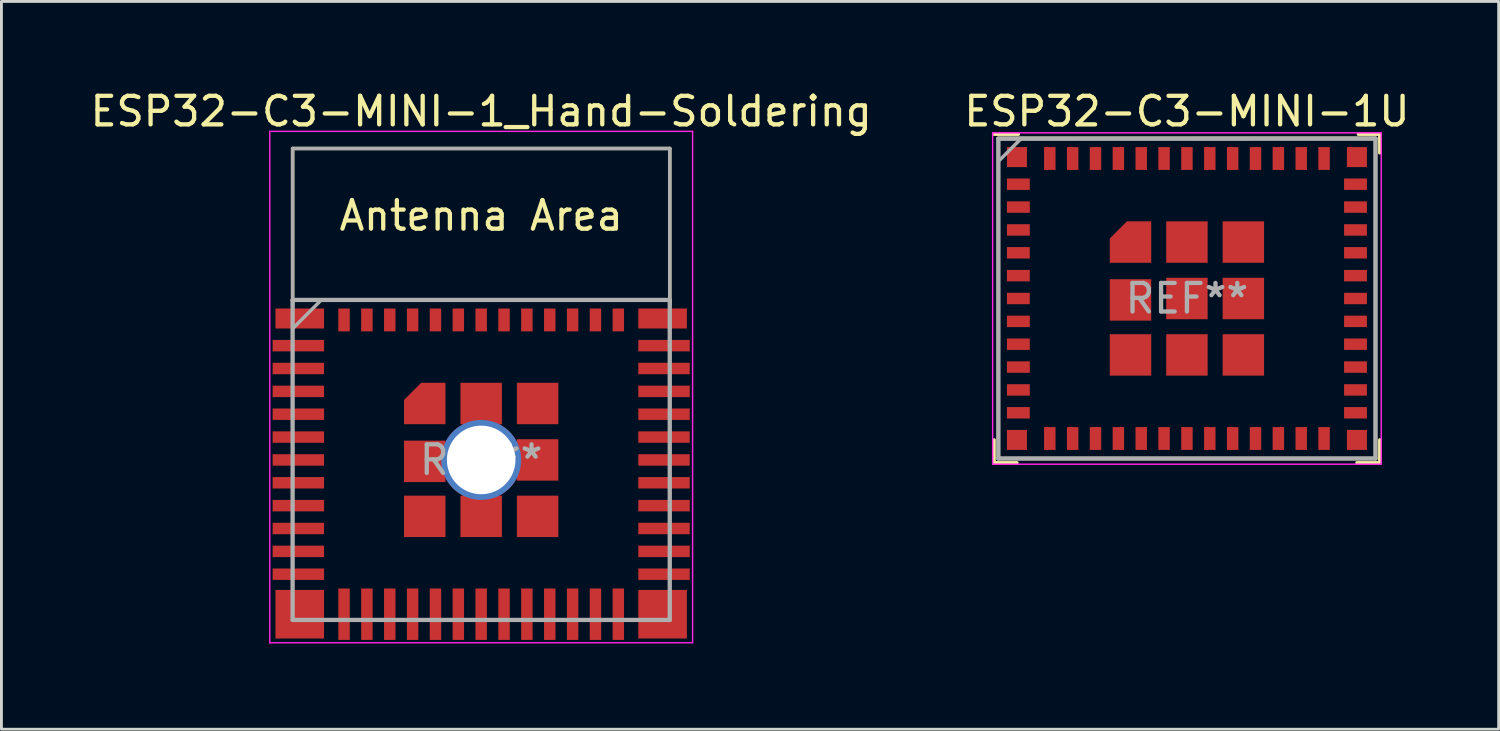
<source format=kicad_pcb>
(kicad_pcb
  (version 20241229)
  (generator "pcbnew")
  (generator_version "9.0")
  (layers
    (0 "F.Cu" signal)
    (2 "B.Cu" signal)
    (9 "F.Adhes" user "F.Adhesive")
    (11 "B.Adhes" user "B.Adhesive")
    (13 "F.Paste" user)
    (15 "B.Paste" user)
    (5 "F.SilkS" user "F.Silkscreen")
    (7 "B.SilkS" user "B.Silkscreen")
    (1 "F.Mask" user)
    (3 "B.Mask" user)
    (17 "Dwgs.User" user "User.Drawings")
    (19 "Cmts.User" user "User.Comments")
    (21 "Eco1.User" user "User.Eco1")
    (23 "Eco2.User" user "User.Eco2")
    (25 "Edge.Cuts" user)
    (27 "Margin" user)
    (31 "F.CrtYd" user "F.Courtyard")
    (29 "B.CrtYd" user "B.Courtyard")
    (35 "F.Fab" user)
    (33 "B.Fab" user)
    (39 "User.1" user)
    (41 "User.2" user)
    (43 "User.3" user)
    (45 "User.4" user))
  (footprint "ESP32-C3-MINI-1_Hand-Soldering"
    (layer "F.Cu")
    (at 13.792 13.048)
    (property "Reference" "ESP32-C3-MINI-1_Hand-Soldering" (at 0 -12.2 0) (layer "F.SilkS") (effects (font (size 1 1) (thickness 0.15))))
    (attr smd)
    (fp_line (start -6.6 -10.9) (end -6.6 -5.4) (stroke (width 0.12) (type solid)) (layer "F.SilkS"))
    (fp_line (start -6.6 -10.9) (end 6.6 -10.9) (stroke (width 0.12) (type solid)) (layer "F.SilkS"))
    (fp_line (start -6.6 -5.6) (end 6.6 -5.6) (stroke (width 0.12) (type solid)) (layer "F.SilkS"))
    (fp_line (start 6.6 -10.9) (end 6.6 -5.4) (stroke (width 0.12) (type solid)) (layer "F.SilkS"))
    (fp_line (start -7.4 -11.5) (end 7.4 -11.5) (stroke (width 0.05) (type solid)) (layer "F.CrtYd"))
    (fp_line (start -7.4 6.4) (end -7.4 -11.5) (stroke (width 0.05) (type solid)) (layer "F.CrtYd"))
    (fp_line (start 7.4 -11.5) (end 7.4 6.4) (stroke (width 0.05) (type solid)) (layer "F.CrtYd"))
    (fp_line (start 7.4 6.4) (end -7.4 6.4) (stroke (width 0.05) (type solid)) (layer "F.CrtYd"))
    (fp_line (start -6.6 -5.595) (end -6.6 5.6) (stroke (width 0.15) (type solid)) (layer "F.Fab"))
    (fp_line (start -6.6 -5.5) (end -6.6 -10.9) (stroke (width 0.12) (type solid)) (layer "F.Fab"))
    (fp_line (start -6.6 5.6) (end 6.6 5.6) (stroke (width 0.15) (type solid)) (layer "F.Fab"))
    (fp_line (start -5.6 -5.595) (end -6.6 -4.595) (stroke (width 0.12) (type solid)) (layer "F.Fab"))
    (fp_line (start 6.6 -10.9) (end -6.6 -10.9) (stroke (width 0.12) (type solid)) (layer "F.Fab"))
    (fp_line (start 6.6 -5.6) (end -6.6 -5.6) (stroke (width 0.15) (type solid)) (layer "F.Fab"))
    (fp_line (start 6.6 -5.5) (end 6.6 -10.9) (stroke (width 0.12) (type solid)) (layer "F.Fab"))
    (fp_line (start 6.6 5.6) (end 6.6 -5.595) (stroke (width 0.15) (type solid)) (layer "F.Fab"))
    (fp_text user "Antenna Area" (at 0 -8.55 0) (layer "F.SilkS") (effects (font (size 1 1) (thickness 0.15))))
    (fp_text user "REF**" (at 0 0 0) (layer "F.Fab") (effects (font (size 1 1) (thickness 0.15))))
    (pad "1" smd rect (at -6.4 -4 90) (size 0.4 1.8) (layers "F.Cu" "F.Mask" "F.Paste"))
    (pad "2" smd rect (at -6.4 -3.2 90) (size 0.4 1.8) (layers "F.Cu" "F.Mask" "F.Paste"))
    (pad "3" smd rect (at -6.4 -2.4 90) (size 0.4 1.8) (layers "F.Cu" "F.Mask" "F.Paste"))
    (pad "4" smd rect (at -6.4 -1.6 90) (size 0.4 1.8) (layers "F.Cu" "F.Mask" "F.Paste"))
    (pad "5" smd rect (at -6.4 -0.8 90) (size 0.4 1.8) (layers "F.Cu" "F.Mask" "F.Paste"))
    (pad "6" smd rect (at -6.4 0 90) (size 0.4 1.8) (layers "F.Cu" "F.Mask" "F.Paste"))
    (pad "7" smd rect (at -6.4 0.8 90) (size 0.4 1.8) (layers "F.Cu" "F.Mask" "F.Paste"))
    (pad "8" smd rect (at -6.4 1.6 90) (size 0.4 1.8) (layers "F.Cu" "F.Mask" "F.Paste"))
    (pad "9" smd rect (at -6.4 2.4 90) (size 0.4 1.8) (layers "F.Cu" "F.Mask" "F.Paste"))
    (pad "10" smd rect (at -6.4 3.2 90) (size 0.4 1.8) (layers "F.Cu" "F.Mask" "F.Paste"))
    (pad "11" smd rect (at -6.4 4 90) (size 0.4 1.8) (layers "F.Cu" "F.Mask" "F.Paste"))
    (pad "12" smd rect (at -4.8 5.4) (size 0.4 1.8) (layers "F.Cu" "F.Mask" "F.Paste"))
    (pad "13" smd rect (at -4 5.4) (size 0.4 1.8) (layers "F.Cu" "F.Mask" "F.Paste"))
    (pad "14" smd rect (at -3.2 5.4) (size 0.4 1.8) (layers "F.Cu" "F.Mask" "F.Paste"))
    (pad "15" smd rect (at -2.4 5.4) (size 0.4 1.8) (layers "F.Cu" "F.Mask" "F.Paste"))
    (pad "16" smd rect (at -1.6 5.4) (size 0.4 1.8) (layers "F.Cu" "F.Mask" "F.Paste"))
    (pad "17" smd rect (at -0.8 5.4) (size 0.4 1.8) (layers "F.Cu" "F.Mask" "F.Paste"))
    (pad "18" smd rect (at 0 5.4) (size 0.4 1.8) (layers "F.Cu" "F.Mask" "F.Paste"))
    (pad "19" smd rect (at 0.8 5.4) (size 0.4 1.8) (layers "F.Cu" "F.Mask" "F.Paste"))
    (pad "20" smd rect (at 1.6 5.4) (size 0.4 1.8) (layers "F.Cu" "F.Mask" "F.Paste"))
    (pad "21" smd rect (at 2.4 5.4) (size 0.4 1.8) (layers "F.Cu" "F.Mask" "F.Paste"))
    (pad "22" smd rect (at 3.2 5.4) (size 0.4 1.8) (layers "F.Cu" "F.Mask" "F.Paste"))
    (pad "23" smd rect (at 4 5.4) (size 0.4 1.8) (layers "F.Cu" "F.Mask" "F.Paste"))
    (pad "24" smd rect (at 4.8 5.4) (size 0.4 1.8) (layers "F.Cu" "F.Mask" "F.Paste"))
    (pad "25" smd rect (at 6.4 4 90) (size 0.4 1.8) (layers "F.Cu" "F.Mask" "F.Paste"))
    (pad "26" smd rect (at 6.4 3.2 90) (size 0.4 1.8) (layers "F.Cu" "F.Mask" "F.Paste"))
    (pad "27" smd rect (at 6.4 2.4 90) (size 0.4 1.8) (layers "F.Cu" "F.Mask" "F.Paste"))
    (pad "28" smd rect (at 6.4 1.6 90) (size 0.4 1.8) (layers "F.Cu" "F.Mask" "F.Paste"))
    (pad "29" smd rect (at 6.4 0.8 90) (size 0.4 1.8) (layers "F.Cu" "F.Mask" "F.Paste"))
    (pad "30" smd rect (at 6.4 0 90) (size 0.4 1.8) (layers "F.Cu" "F.Mask" "F.Paste"))
    (pad "31" smd rect (at 6.4 -0.8 90) (size 0.4 1.8) (layers "F.Cu" "F.Mask" "F.Paste"))
    (pad "32" smd rect (at 6.4 -1.6 90) (size 0.4 1.8) (layers "F.Cu" "F.Mask" "F.Paste"))
    (pad "33" smd rect (at 6.4 -2.4 90) (size 0.4 1.8) (layers "F.Cu" "F.Mask" "F.Paste"))
    (pad "34" smd rect (at 6.4 -3.2 90) (size 0.4 1.8) (layers "F.Cu" "F.Mask" "F.Paste"))
    (pad "35" smd rect (at 6.4 -4 90) (size 0.4 1.8) (layers "F.Cu" "F.Mask" "F.Paste"))
    (pad "36" smd rect (at -6.35 -4.95 90) (size 0.7 1.7) (layers "F.Cu" "F.Mask" "F.Paste"))
    (pad "36" smd rect (at -6.35 5.4 90) (size 1.7 1.7) (layers "F.Cu" "F.Mask" "F.Paste"))
    (pad "36" smd rect (at -4.8 -4.9) (size 0.4 0.8) (layers "F.Cu" "F.Mask" "F.Paste"))
    (pad "36" smd rect (at -4 -4.9) (size 0.4 0.8) (layers "F.Cu" "F.Mask" "F.Paste"))
    (pad "36" smd rect (at -3.2 -4.9) (size 0.4 0.8) (layers "F.Cu" "F.Mask" "F.Paste"))
    (pad "36" smd rect (at -2.4 -4.9) (size 0.4 0.8) (layers "F.Cu" "F.Mask" "F.Paste"))
    (pad "36" smd custom (at -1.975 -1.975) (size 0.8 0.8) (layers "F.Cu" "F.Mask" "F.Paste") (options (anchor rect)) (primitives (gr_poly (pts (xy 0.725 0.725) (xy -0.725 0.725) (xy -0.725 -0.125) (xy -0.125 -0.725) (xy 0.725 -0.725)) (width 0) (fill yes))))
    (pad "36" smd rect (at -1.975 0.05 90) (size 1.45 1.45) (layers "F.Cu" "F.Mask" "F.Paste"))
    (pad "36" smd rect (at -1.975 1.975 90) (size 1.45 1.45) (layers "F.Cu" "F.Mask" "F.Paste"))
    (pad "36" smd rect (at -1.6 -4.9) (size 0.4 0.8) (layers "F.Cu" "F.Mask" "F.Paste"))
    (pad "36" smd rect (at -0.8 -4.9) (size 0.4 0.8) (layers "F.Cu" "F.Mask" "F.Paste"))
    (pad "36" smd rect (at 0 -4.9) (size 0.4 0.8) (layers "F.Cu" "F.Mask" "F.Paste"))
    (pad "36" smd rect (at 0 -1.975 90) (size 1.45 1.45) (layers "F.Cu" "F.Mask" "F.Paste"))
    (pad "36" thru_hole circle (at 0 0 90) (size 2.8 2.8) (drill 2.4) (layers "*.Cu" "*.Mask"))
    (pad "36" smd rect (at 0 1.975 90) (size 1.45 1.45) (layers "F.Cu" "F.Mask" "F.Paste"))
    (pad "36" smd rect (at 0.8 -4.9) (size 0.4 0.8) (layers "F.Cu" "F.Mask" "F.Paste"))
    (pad "36" smd rect (at 1.6 -4.9) (size 0.4 0.8) (layers "F.Cu" "F.Mask" "F.Paste"))
    (pad "36" smd rect (at 1.975 -1.975 90) (size 1.45 1.45) (layers "F.Cu" "F.Mask" "F.Paste"))
    (pad "36" smd rect (at 1.975 0 90) (size 1.45 1.45) (layers "F.Cu" "F.Mask" "F.Paste"))
    (pad "36" smd rect (at 1.975 1.975 90) (size 1.45 1.45) (layers "F.Cu" "F.Mask" "F.Paste"))
    (pad "36" smd rect (at 2.4 -4.9) (size 0.4 0.8) (layers "F.Cu" "F.Mask" "F.Paste"))
    (pad "36" smd rect (at 3.2 -4.9) (size 0.4 0.8) (layers "F.Cu" "F.Mask" "F.Paste"))
    (pad "36" smd rect (at 4 -4.9) (size 0.4 0.8) (layers "F.Cu" "F.Mask" "F.Paste"))
    (pad "36" smd rect (at 4.8 -4.9) (size 0.4 0.8) (layers "F.Cu" "F.Mask" "F.Paste"))
    (pad "36" smd rect (at 6.35 -4.95 90) (size 0.7 1.7) (layers "F.Cu" "F.Mask" "F.Paste"))
    (pad "36" smd rect (at 6.35 5.4 90) (size 1.7 1.7) (layers "F.Cu" "F.Mask" "F.Paste")))
  (footprint "ESP32-C3-MINI-1U"
    (layer "F.Cu")
    (at 38.494 7.398)
    (property "Reference" "ESP32-C3-MINI-1U" (at 0 -6.55 0) (layer "F.SilkS") (effects (font (size 1 1) (thickness 0.15))))
    (attr smd)
    (fp_line (start -6.75 4.95) (end -6.75 5.75) (stroke (width 0.12) (type solid)) (layer "F.SilkS"))
    (fp_line (start -6.75 5.75) (end -5.95 5.75) (stroke (width 0.12) (type solid)) (layer "F.SilkS"))
    (fp_line (start -6.6 -5.6) (end 6.6 -5.6) (stroke (width 0.12) (type solid)) (layer "F.SilkS"))
    (fp_line (start -6.6 -5.6) (end 6.6 -5.6) (stroke (width 0.12) (type solid)) (layer "F.SilkS"))
    (fp_line (start -6.6 5.6) (end -6.6 -5.6) (stroke (width 0.12) (type solid)) (layer "F.SilkS"))
    (fp_line (start -5.9 -5.75) (end -6.75 -5.75) (stroke (width 0.12) (type solid)) (layer "F.SilkS"))
    (fp_line (start 6 -5.75) (end 6.75 -5.75) (stroke (width 0.12) (type solid)) (layer "F.SilkS"))
    (fp_line (start 6.6 -5.6) (end 6.6 5.6) (stroke (width 0.12) (type solid)) (layer "F.SilkS"))
    (fp_line (start 6.6 5.6) (end -6.6 5.6) (stroke (width 0.12) (type solid)) (layer "F.SilkS"))
    (fp_line (start 6.75 -5.75) (end 6.75 -5.1) (stroke (width 0.12) (type solid)) (layer "F.SilkS"))
    (fp_line (start 6.75 4.95) (end 6.75 5.75) (stroke (width 0.12) (type solid)) (layer "F.SilkS"))
    (fp_line (start 6.75 5.75) (end 5.95 5.75) (stroke (width 0.12) (type solid)) (layer "F.SilkS"))
    (fp_line (start -6.8 -5.8) (end 6.8 -5.8) (stroke (width 0.05) (type solid)) (layer "F.CrtYd"))
    (fp_line (start -6.8 5.8) (end -6.8 -5.8) (stroke (width 0.05) (type solid)) (layer "F.CrtYd"))
    (fp_line (start 6.8 -5.8) (end 6.8 5.8) (stroke (width 0.05) (type solid)) (layer "F.CrtYd"))
    (fp_line (start 6.8 5.8) (end -6.8 5.8) (stroke (width 0.05) (type solid)) (layer "F.CrtYd"))
    (fp_line (start -6.6 -5.595) (end -6.6 5.6) (stroke (width 0.15) (type solid)) (layer "F.Fab"))
    (fp_line (start -6.6 5.6) (end 6.6 5.6) (stroke (width 0.15) (type solid)) (layer "F.Fab"))
    (fp_line (start -5.8 -5.6) (end -6.6 -4.8) (stroke (width 0.12) (type solid)) (layer "F.Fab"))
    (fp_line (start 6.6 -5.6) (end -6.6 -5.6) (stroke (width 0.12) (type solid)) (layer "F.Fab"))
    (fp_line (start 6.6 -5.6) (end -6.6 -5.595) (stroke (width 0.15) (type solid)) (layer "F.Fab"))
    (fp_line (start 6.6 5.6) (end 6.6 -5.595) (stroke (width 0.15) (type solid)) (layer "F.Fab"))
    (fp_text user "REF**" (at 0 0 0) (layer "F.Fab") (effects (font (size 1 1) (thickness 0.15))))
    (pad "1" smd rect (at -5.9 -4 90) (size 0.4 0.8) (layers "F.Cu" "F.Mask" "F.Paste"))
    (pad "2" smd rect (at -5.9 -3.2 90) (size 0.4 0.8) (layers "F.Cu" "F.Mask" "F.Paste"))
    (pad "3" smd rect (at -5.9 -2.4 90) (size 0.4 0.8) (layers "F.Cu" "F.Mask" "F.Paste"))
    (pad "4" smd rect (at -5.9 -1.6 90) (size 0.4 0.8) (layers "F.Cu" "F.Mask" "F.Paste"))
    (pad "5" smd rect (at -5.9 -0.8 90) (size 0.4 0.8) (layers "F.Cu" "F.Mask" "F.Paste"))
    (pad "6" smd rect (at -5.9 0 90) (size 0.4 0.8) (layers "F.Cu" "F.Mask" "F.Paste"))
    (pad "7" smd rect (at -5.9 0.8 90) (size 0.4 0.8) (layers "F.Cu" "F.Mask" "F.Paste"))
    (pad "8" smd rect (at -5.9 1.6 90) (size 0.4 0.8) (layers "F.Cu" "F.Mask" "F.Paste"))
    (pad "9" smd rect (at -5.9 2.4 90) (size 0.4 0.8) (layers "F.Cu" "F.Mask" "F.Paste"))
    (pad "10" smd rect (at -5.9 3.2 90) (size 0.4 0.8) (layers "F.Cu" "F.Mask" "F.Paste"))
    (pad "11" smd rect (at -5.9 4 90) (size 0.4 0.8) (layers "F.Cu" "F.Mask" "F.Paste"))
    (pad "12" smd rect (at -4.8 4.9) (size 0.4 0.8) (layers "F.Cu" "F.Mask" "F.Paste"))
    (pad "13" smd rect (at -4 4.9) (size 0.4 0.8) (layers "F.Cu" "F.Mask" "F.Paste"))
    (pad "14" smd rect (at -3.2 4.9) (size 0.4 0.8) (layers "F.Cu" "F.Mask" "F.Paste"))
    (pad "15" smd rect (at -2.4 4.9) (size 0.4 0.8) (layers "F.Cu" "F.Mask" "F.Paste"))
    (pad "16" smd rect (at -1.6 4.9) (size 0.4 0.8) (layers "F.Cu" "F.Mask" "F.Paste"))
    (pad "17" smd rect (at -0.8 4.9) (size 0.4 0.8) (layers "F.Cu" "F.Mask" "F.Paste"))
    (pad "18" smd rect (at 0 4.9) (size 0.4 0.8) (layers "F.Cu" "F.Mask" "F.Paste"))
    (pad "19" smd rect (at 0.8 4.9) (size 0.4 0.8) (layers "F.Cu" "F.Mask" "F.Paste"))
    (pad "20" smd rect (at 1.6 4.9) (size 0.4 0.8) (layers "F.Cu" "F.Mask" "F.Paste"))
    (pad "21" smd rect (at 2.4 4.9) (size 0.4 0.8) (layers "F.Cu" "F.Mask" "F.Paste"))
    (pad "22" smd rect (at 3.2 4.9) (size 0.4 0.8) (layers "F.Cu" "F.Mask" "F.Paste"))
    (pad "23" smd rect (at 4 4.9) (size 0.4 0.8) (layers "F.Cu" "F.Mask" "F.Paste"))
    (pad "24" smd rect (at 4.8 4.9) (size 0.4 0.8) (layers "F.Cu" "F.Mask" "F.Paste"))
    (pad "25" smd rect (at 5.9 4 90) (size 0.4 0.8) (layers "F.Cu" "F.Mask" "F.Paste"))
    (pad "26" smd rect (at 5.9 3.2 90) (size 0.4 0.8) (layers "F.Cu" "F.Mask" "F.Paste"))
    (pad "27" smd rect (at 5.9 2.4 90) (size 0.4 0.8) (layers "F.Cu" "F.Mask" "F.Paste"))
    (pad "28" smd rect (at 5.9 1.6 90) (size 0.4 0.8) (layers "F.Cu" "F.Mask" "F.Paste"))
    (pad "29" smd rect (at 5.9 0.8 90) (size 0.4 0.8) (layers "F.Cu" "F.Mask" "F.Paste"))
    (pad "30" smd rect (at 5.9 0 90) (size 0.4 0.8) (layers "F.Cu" "F.Mask" "F.Paste"))
    (pad "31" smd rect (at 5.9 -0.8 90) (size 0.4 0.8) (layers "F.Cu" "F.Mask" "F.Paste"))
    (pad "32" smd rect (at 5.9 -1.6 90) (size 0.4 0.8) (layers "F.Cu" "F.Mask" "F.Paste"))
    (pad "33" smd rect (at 5.9 -2.4 90) (size 0.4 0.8) (layers "F.Cu" "F.Mask" "F.Paste"))
    (pad "34" smd rect (at 5.9 -3.2 90) (size 0.4 0.8) (layers "F.Cu" "F.Mask" "F.Paste"))
    (pad "35" smd rect (at 5.9 -4 90) (size 0.4 0.8) (layers "F.Cu" "F.Mask" "F.Paste"))
    (pad "36" smd rect (at -5.95 -4.95 90) (size 0.7 0.7) (layers "F.Cu" "F.Mask" "F.Paste"))
    (pad "36" smd rect (at -5.95 4.95 90) (size 0.7 0.7) (layers "F.Cu" "F.Mask" "F.Paste"))
    (pad "36" smd rect (at -4.8 -4.9) (size 0.4 0.8) (layers "F.Cu" "F.Mask" "F.Paste"))
    (pad "36" smd rect (at -4 -4.9) (size 0.4 0.8) (layers "F.Cu" "F.Mask" "F.Paste"))
    (pad "36" smd rect (at -3.2 -4.9) (size 0.4 0.8) (layers "F.Cu" "F.Mask" "F.Paste"))
    (pad "36" smd rect (at -2.4 -4.9) (size 0.4 0.8) (layers "F.Cu" "F.Mask" "F.Paste"))
    (pad "36" smd custom (at -1.975 -1.975) (size 0.8 0.8) (layers "F.Cu" "F.Mask" "F.Paste") (options (anchor rect)) (primitives (gr_poly (pts (xy 0.725 0.725) (xy -0.725 0.725) (xy -0.725 -0.125) (xy -0.125 -0.725) (xy 0.725 -0.725)) (width 0) (fill yes))))
    (pad "36" smd rect (at -1.975 0.05 90) (size 1.45 1.45) (layers "F.Cu" "F.Mask" "F.Paste"))
    (pad "36" smd rect (at -1.975 1.975 90) (size 1.45 1.45) (layers "F.Cu" "F.Mask" "F.Paste"))
    (pad "36" smd rect (at -1.6 -4.9) (size 0.4 0.8) (layers "F.Cu" "F.Mask" "F.Paste"))
    (pad "36" smd rect (at -0.8 -4.9) (size 0.4 0.8) (layers "F.Cu" "F.Mask" "F.Paste"))
    (pad "36" smd rect (at 0 -4.9) (size 0.4 0.8) (layers "F.Cu" "F.Mask" "F.Paste"))
    (pad "36" smd rect (at 0 -1.975 90) (size 1.45 1.45) (layers "F.Cu" "F.Mask" "F.Paste"))
    (pad "36" smd rect (at 0 0 90) (size 1.45 1.45) (layers "F.Cu" "F.Mask" "F.Paste"))
    (pad "36" smd rect (at 0 1.975 90) (size 1.45 1.45) (layers "F.Cu" "F.Mask" "F.Paste"))
    (pad "36" smd rect (at 0.8 -4.9) (size 0.4 0.8) (layers "F.Cu" "F.Mask" "F.Paste"))
    (pad "36" smd rect (at 1.6 -4.9) (size 0.4 0.8) (layers "F.Cu" "F.Mask" "F.Paste"))
    (pad "36" smd rect (at 1.975 -1.975 90) (size 1.45 1.45) (layers "F.Cu" "F.Mask" "F.Paste"))
    (pad "36" smd rect (at 1.975 0 90) (size 1.45 1.45) (layers "F.Cu" "F.Mask" "F.Paste"))
    (pad "36" smd rect (at 1.975 1.975 90) (size 1.45 1.45) (layers "F.Cu" "F.Mask" "F.Paste"))
    (pad "36" smd rect (at 2.4 -4.9) (size 0.4 0.8) (layers "F.Cu" "F.Mask" "F.Paste"))
    (pad "36" smd rect (at 3.2 -4.9) (size 0.4 0.8) (layers "F.Cu" "F.Mask" "F.Paste"))
    (pad "36" smd rect (at 4 -4.9) (size 0.4 0.8) (layers "F.Cu" "F.Mask" "F.Paste"))
    (pad "36" smd rect (at 4.8 -4.9) (size 0.4 0.8) (layers "F.Cu" "F.Mask" "F.Paste"))
    (pad "36" smd rect (at 5.95 -4.95 90) (size 0.7 0.7) (layers "F.Cu" "F.Mask" "F.Paste"))
    (pad "36" smd rect (at 5.95 4.95 90) (size 0.7 0.7) (layers "F.Cu" "F.Mask" "F.Paste")))
  (gr_rect
    (start -3 -3)
    (end 49.405 22.473)
    (stroke (width 0.1) (type default))
    (fill no)
    (layer "Edge.Cuts")))
</source>
